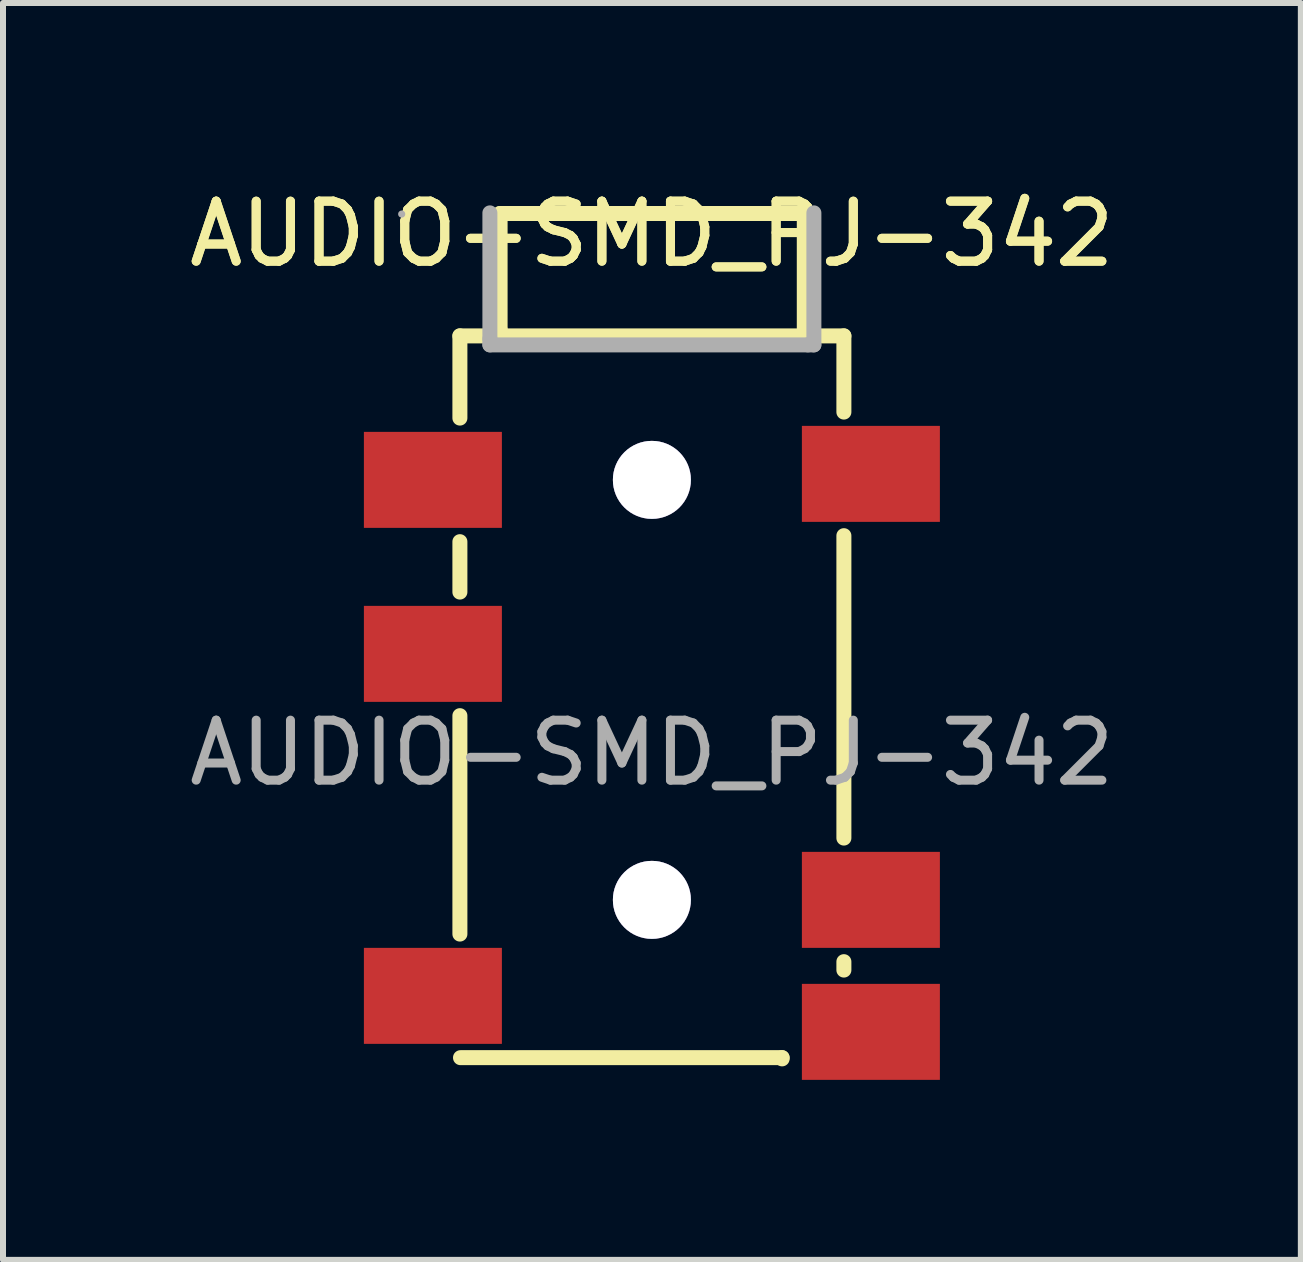
<source format=kicad_pcb>
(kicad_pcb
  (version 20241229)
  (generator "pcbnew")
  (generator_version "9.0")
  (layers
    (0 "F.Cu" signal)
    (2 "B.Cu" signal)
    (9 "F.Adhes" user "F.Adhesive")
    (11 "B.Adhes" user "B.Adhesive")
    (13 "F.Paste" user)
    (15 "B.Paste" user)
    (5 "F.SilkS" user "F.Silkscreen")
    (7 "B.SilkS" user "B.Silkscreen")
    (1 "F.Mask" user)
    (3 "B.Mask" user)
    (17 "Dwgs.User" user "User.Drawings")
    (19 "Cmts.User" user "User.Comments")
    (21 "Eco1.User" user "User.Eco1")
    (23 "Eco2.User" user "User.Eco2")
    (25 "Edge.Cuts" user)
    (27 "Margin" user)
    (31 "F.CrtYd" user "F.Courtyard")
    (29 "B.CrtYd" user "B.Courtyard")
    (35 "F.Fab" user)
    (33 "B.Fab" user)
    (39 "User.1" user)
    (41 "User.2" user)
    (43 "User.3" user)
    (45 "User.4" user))
  (footprint "AUDIO-SMD_PJ-342"
    (layer "F.Cu")
    (at 7.815 9.498)
    (property "Reference" "AUDIO-SMD_PJ-342" (at 0 -8.65 0) (layer "F.SilkS") (effects (font (size 1 1) (thickness 0.15))))
    (attr smd)
    (fp_line (start -3.2 -6.95) (end -3.2 -5.58) (stroke (width 0.25) (type solid)) (layer "F.SilkS"))
    (fp_line (start -3.2 -6.95) (end 3.2 -6.95) (stroke (width 0.25) (type solid)) (layer "F.SilkS"))
    (fp_line (start -3.2 -3.52) (end -3.2 -2.68) (stroke (width 0.25) (type solid)) (layer "F.SilkS"))
    (fp_line (start -3.2 -0.62) (end -3.2 3.02) (stroke (width 0.25) (type solid)) (layer "F.SilkS"))
    (fp_line (start -3.19 5.08) (end 2.17 5.08) (stroke (width 0.25) (type solid)) (layer "F.SilkS"))
    (fp_line (start -2.53 -8.99) (end -2.53 -7.05) (stroke (width 0.25) (type solid)) (layer "F.SilkS"))
    (fp_line (start -2.53 -7.05) (end -2.54 -6.97) (stroke (width 0.25) (type solid)) (layer "F.SilkS"))
    (fp_line (start 2.17 5.08) (end 2.17 5.1) (stroke (width 0.25) (type solid)) (layer "F.SilkS"))
    (fp_line (start 2.54 -8.99) (end -2.53 -8.99) (stroke (width 0.25) (type solid)) (layer "F.SilkS"))
    (fp_line (start 2.54 -6.95) (end 2.54 -8.99) (stroke (width 0.25) (type solid)) (layer "F.SilkS"))
    (fp_line (start 3.2 -6.95) (end 3.2 -5.68) (stroke (width 0.25) (type solid)) (layer "F.SilkS"))
    (fp_line (start 3.2 -3.62) (end 3.2 1.42) (stroke (width 0.25) (type solid)) (layer "F.SilkS"))
    (fp_line (start 3.2 3.48) (end 3.2 3.62) (stroke (width 0.25) (type solid)) (layer "F.SilkS"))
    (fp_circle (center 0 -4.55) (end 0.28 -4.55) (stroke (width 0.55) (type solid)) (fill no) (layer "Cmts.User"))
    (fp_circle (center 0 2.45) (end 0.28 2.45) (stroke (width 0.55) (type solid)) (fill no) (layer "Cmts.User"))
    (fp_line (start -2.7 -9) (end -2.7 -6.9) (stroke (width 0.25) (type solid)) (layer "F.Fab"))
    (fp_line (start -2.7 -6.9) (end -2.7 -6.8) (stroke (width 0.25) (type solid)) (layer "F.Fab"))
    (fp_line (start -2.7 -6.8) (end 2.6 -6.8) (stroke (width 0.25) (type solid)) (layer "F.Fab"))
    (fp_line (start 2.6 -6.8) (end 2.7 -6.8) (stroke (width 0.25) (type solid)) (layer "F.Fab"))
    (fp_line (start 2.7 -6.8) (end 2.7 -9) (stroke (width 0.25) (type solid)) (layer "F.Fab"))
    (fp_circle (center -4.17 -8.98) (end -4.14 -8.98) (stroke (width 0.06) (type solid)) (fill no) (layer "F.Fab"))
    (fp_text user "${REFERENCE}" (at 0 -8.65 0) (layer "F.SilkS") (effects (font (size 1 1) (thickness 0.15))))
    (fp_text user "${REFERENCE}" (at 0 0 0) (layer "F.Fab") (effects (font (size 1 1) (thickness 0.15))))
    (pad "" thru_hole circle (at 0 -4.55) (size 1.3 1.3) (drill 1.3) (layers "*.Cu" "*.Mask"))
    (pad "" thru_hole circle (at 0 2.45) (size 1.3 1.3) (drill 1.3) (layers "*.Cu" "*.Mask"))
    (pad "2" smd rect (at -3.65 -4.55) (size 2.3 1.6) (layers "F.Cu" "F.Mask" "F.Paste"))
    (pad "3" smd rect (at 3.65 -4.65) (size 2.3 1.6) (layers "F.Cu" "F.Mask" "F.Paste"))
    (pad "4" smd rect (at -3.65 -1.65) (size 2.3 1.6) (layers "F.Cu" "F.Mask" "F.Paste"))
    (pad "5" smd rect (at 3.65 2.45) (size 2.3 1.6) (layers "F.Cu" "F.Mask" "F.Paste"))
    (pad "6" smd rect (at -3.65 4.05) (size 2.3 1.6) (layers "F.Cu" "F.Mask" "F.Paste"))
    (pad "7" smd rect (at 3.65 4.65) (size 2.3 1.6) (layers "F.Cu" "F.Mask" "F.Paste")))
  (gr_rect
    (start -3 -3)
    (end 18.631 17.948)
    (stroke (width 0.1) (type default))
    (fill no)
    (layer "Edge.Cuts")))
</source>
